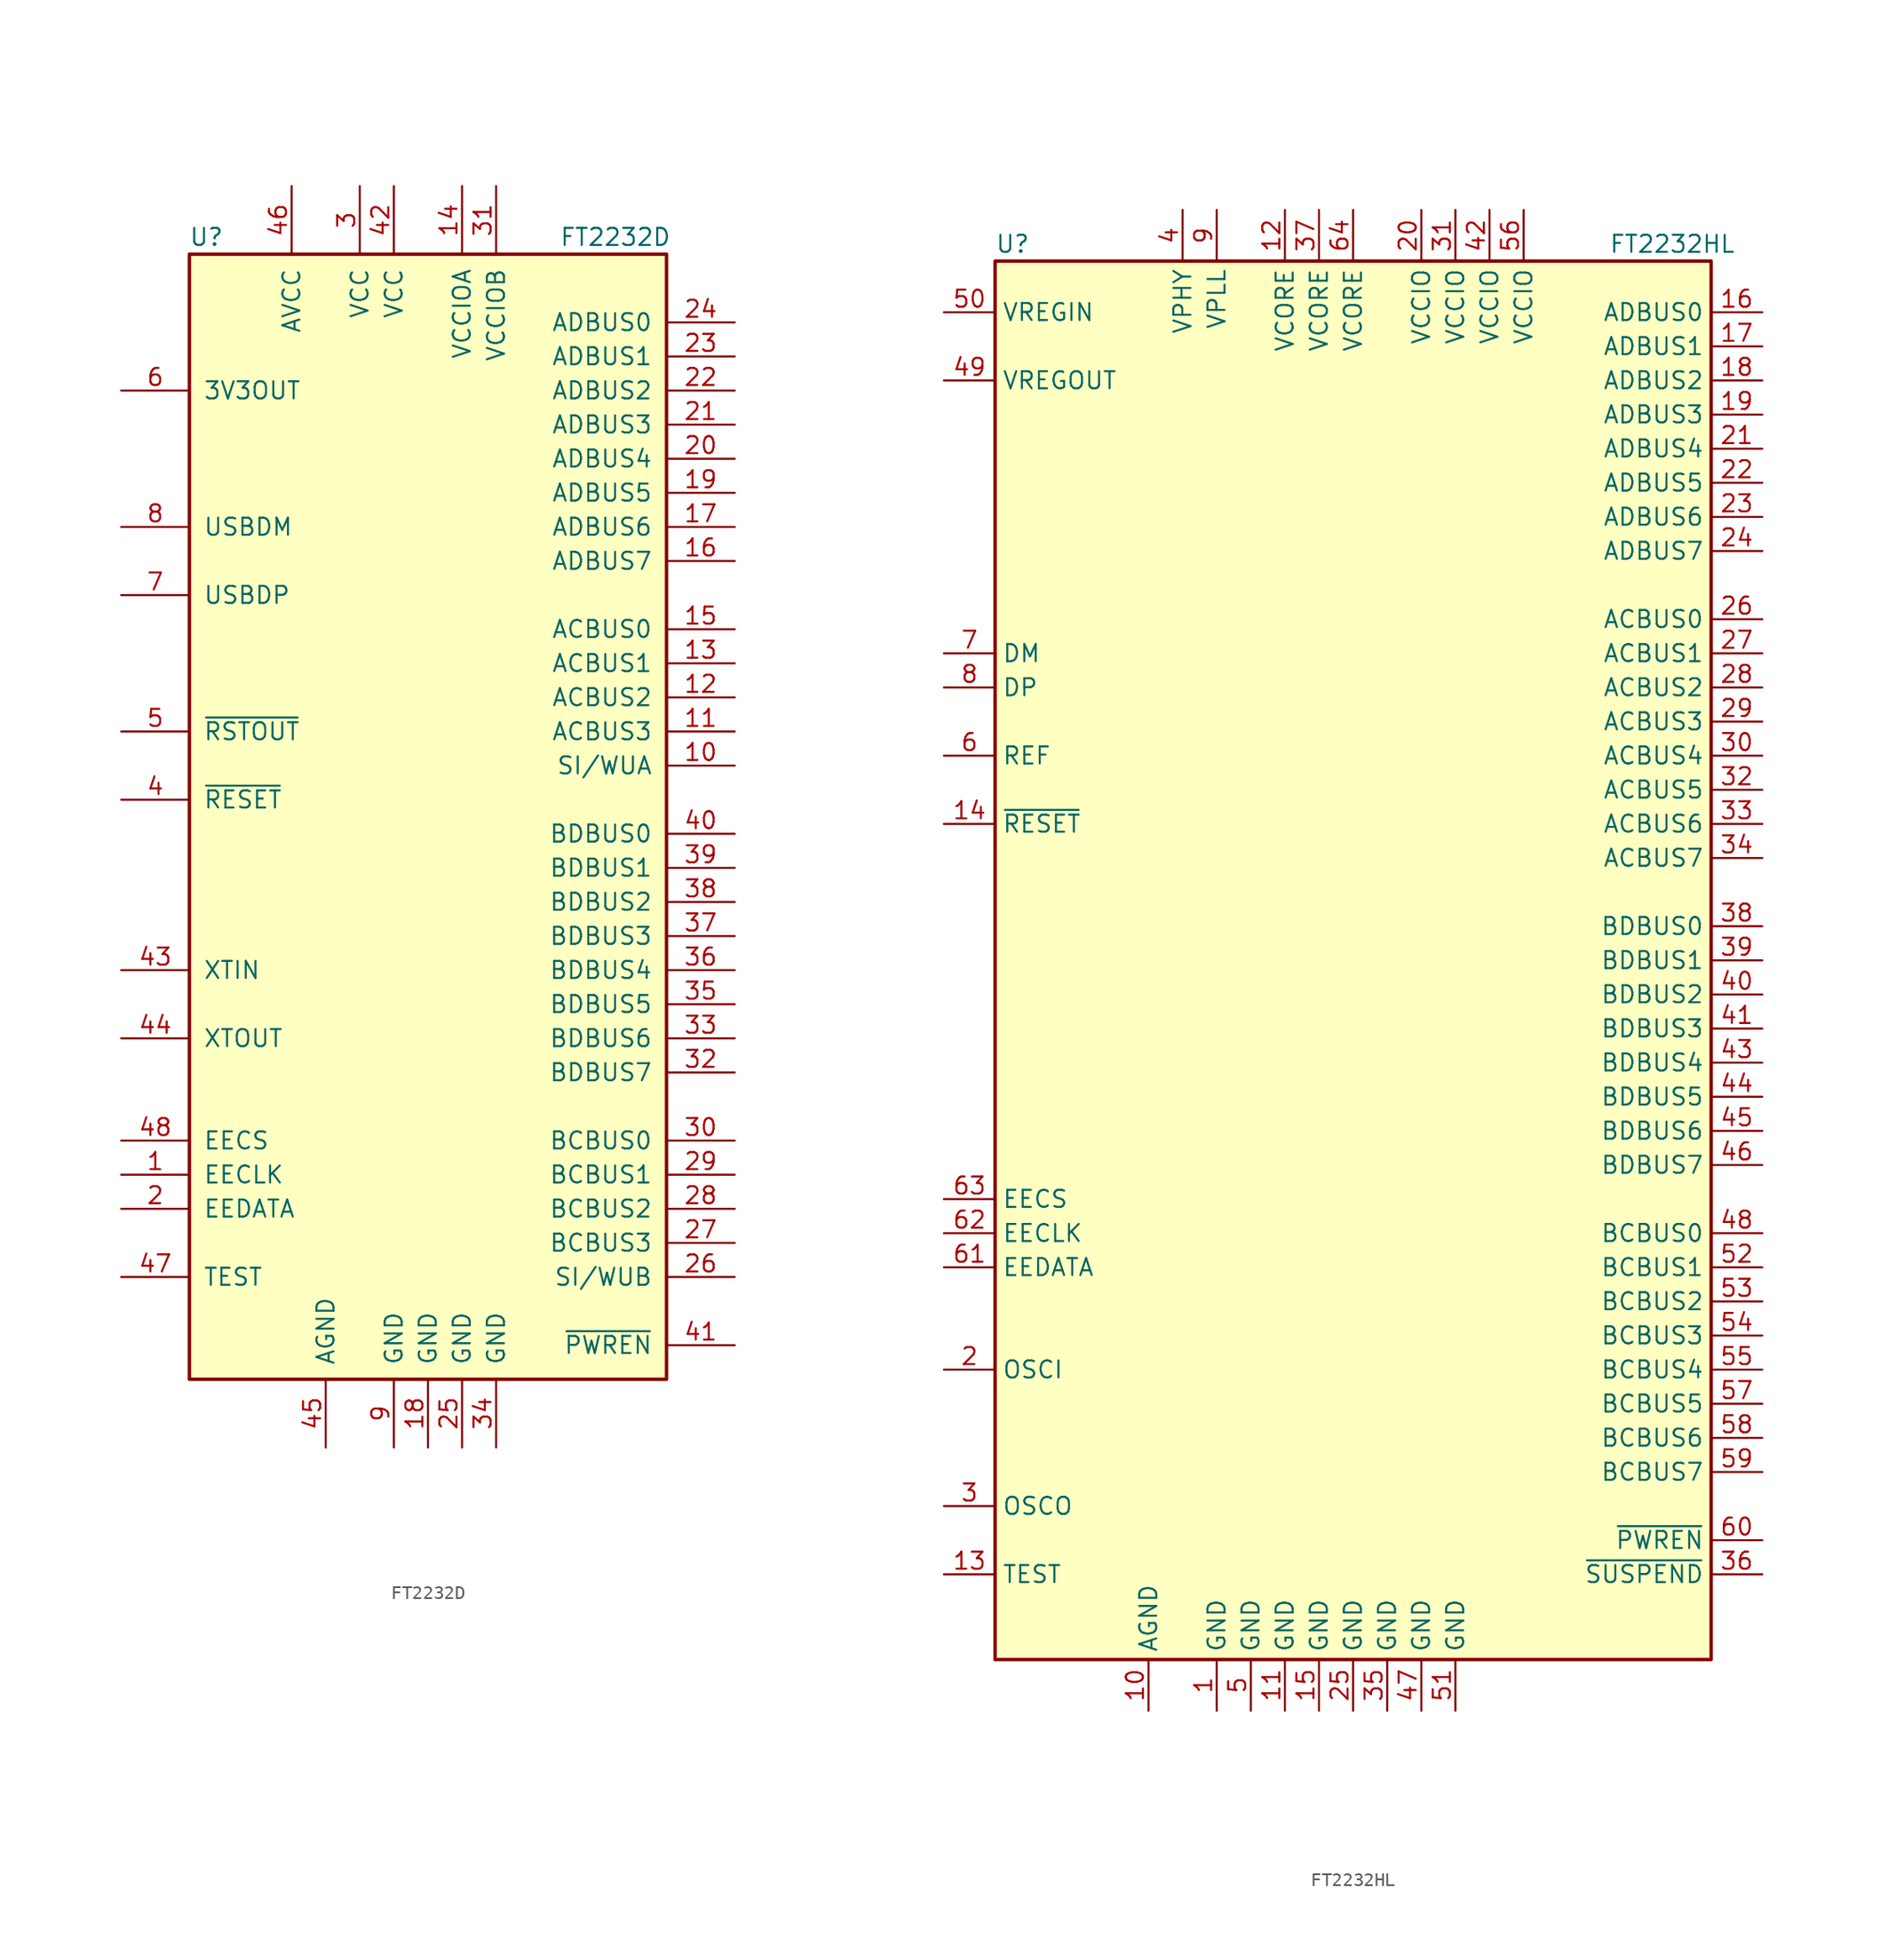
<source format=kicad_sym>
(kicad_symbol_lib
  (version 20211014)
  (generator kicad_symbol_editor)
  (symbol "FT2232D"
    (pin_names
      (offset 1.016))
    (property "Reference" "U"
      (at -16.51 44.45 0)
      (effects (font (size 1.27 1.27))))
    (property "Value" "FT2232D"
      (at 13.97 44.45 0)
      (effects (font (size 1.27 1.27))))
    (symbol "FT2232D_0_1"
      (rectangle (start -17.78 -40.64) (end 17.78 43.18) (stroke (width 0.254) (type default) (color 0 0 0 0)) (fill (type background))))
    (symbol "FT2232D_1_1"
      (pin output line (at -22.86 -25.4 0) (length 5.08) (name "EECLK" (effects (font (size 1.27 1.27)))) (number "1" (effects (font (size 1.27 1.27)))))
      (pin bidirectional line (at 22.86 5.08 180) (length 5.08) (name "SI/WUA" (effects (font (size 1.27 1.27)))) (number "10" (effects (font (size 1.27 1.27)))))
      (pin bidirectional line (at 22.86 7.62 180) (length 5.08) (name "ACBUS3" (effects (font (size 1.27 1.27)))) (number "11" (effects (font (size 1.27 1.27)))))
      (pin bidirectional line (at 22.86 10.16 180) (length 5.08) (name "ACBUS2" (effects (font (size 1.27 1.27)))) (number "12" (effects (font (size 1.27 1.27)))))
      (pin bidirectional line (at 22.86 12.7 180) (length 5.08) (name "ACBUS1" (effects (font (size 1.27 1.27)))) (number "13" (effects (font (size 1.27 1.27)))))
      (pin power_in line (at 2.54 48.26 270) (length 5.08) (name "VCCIOA" (effects (font (size 1.27 1.27)))) (number "14" (effects (font (size 1.27 1.27)))))
      (pin bidirectional line (at 22.86 15.24 180) (length 5.08) (name "ACBUS0" (effects (font (size 1.27 1.27)))) (number "15" (effects (font (size 1.27 1.27)))))
      (pin bidirectional line (at 22.86 20.32 180) (length 5.08) (name "ADBUS7" (effects (font (size 1.27 1.27)))) (number "16" (effects (font (size 1.27 1.27)))))
      (pin bidirectional line (at 22.86 22.86 180) (length 5.08) (name "ADBUS6" (effects (font (size 1.27 1.27)))) (number "17" (effects (font (size 1.27 1.27)))))
      (pin power_in line (at 0 -45.72 90) (length 5.08) (name "GND" (effects (font (size 1.27 1.27)))) (number "18" (effects (font (size 1.27 1.27)))))
      (pin bidirectional line (at 22.86 25.4 180) (length 5.08) (name "ADBUS5" (effects (font (size 1.27 1.27)))) (number "19" (effects (font (size 1.27 1.27)))))
      (pin bidirectional line (at -22.86 -27.94 0) (length 5.08) (name "EEDATA" (effects (font (size 1.27 1.27)))) (number "2" (effects (font (size 1.27 1.27)))))
      (pin bidirectional line (at 22.86 27.94 180) (length 5.08) (name "ADBUS4" (effects (font (size 1.27 1.27)))) (number "20" (effects (font (size 1.27 1.27)))))
      (pin bidirectional line (at 22.86 30.48 180) (length 5.08) (name "ADBUS3" (effects (font (size 1.27 1.27)))) (number "21" (effects (font (size 1.27 1.27)))))
      (pin bidirectional line (at 22.86 33.02 180) (length 5.08) (name "ADBUS2" (effects (font (size 1.27 1.27)))) (number "22" (effects (font (size 1.27 1.27)))))
      (pin bidirectional line (at 22.86 35.56 180) (length 5.08) (name "ADBUS1" (effects (font (size 1.27 1.27)))) (number "23" (effects (font (size 1.27 1.27)))))
      (pin bidirectional line (at 22.86 38.1 180) (length 5.08) (name "ADBUS0" (effects (font (size 1.27 1.27)))) (number "24" (effects (font (size 1.27 1.27)))))
      (pin power_in line (at 2.54 -45.72 90) (length 5.08) (name "GND" (effects (font (size 1.27 1.27)))) (number "25" (effects (font (size 1.27 1.27)))))
      (pin output line (at 22.86 -33.02 180) (length 5.08) (name "SI/WUB" (effects (font (size 1.27 1.27)))) (number "26" (effects (font (size 1.27 1.27)))))
      (pin output line (at 22.86 -30.48 180) (length 5.08) (name "BCBUS3" (effects (font (size 1.27 1.27)))) (number "27" (effects (font (size 1.27 1.27)))))
      (pin output line (at 22.86 -27.94 180) (length 5.08) (name "BCBUS2" (effects (font (size 1.27 1.27)))) (number "28" (effects (font (size 1.27 1.27)))))
      (pin output line (at 22.86 -25.4 180) (length 5.08) (name "BCBUS1" (effects (font (size 1.27 1.27)))) (number "29" (effects (font (size 1.27 1.27)))))
      (pin power_in line (at -5.08 48.26 270) (length 5.08) (name "VCC" (effects (font (size 1.27 1.27)))) (number "3" (effects (font (size 1.27 1.27)))))
      (pin output line (at 22.86 -22.86 180) (length 5.08) (name "BCBUS0" (effects (font (size 1.27 1.27)))) (number "30" (effects (font (size 1.27 1.27)))))
      (pin power_in line (at 5.08 48.26 270) (length 5.08) (name "VCCIOB" (effects (font (size 1.27 1.27)))) (number "31" (effects (font (size 1.27 1.27)))))
      (pin output line (at 22.86 -17.78 180) (length 5.08) (name "BDBUS7" (effects (font (size 1.27 1.27)))) (number "32" (effects (font (size 1.27 1.27)))))
      (pin output line (at 22.86 -15.24 180) (length 5.08) (name "BDBUS6" (effects (font (size 1.27 1.27)))) (number "33" (effects (font (size 1.27 1.27)))))
      (pin power_in line (at 5.08 -45.72 90) (length 5.08) (name "GND" (effects (font (size 1.27 1.27)))) (number "34" (effects (font (size 1.27 1.27)))))
      (pin output line (at 22.86 -12.7 180) (length 5.08) (name "BDBUS5" (effects (font (size 1.27 1.27)))) (number "35" (effects (font (size 1.27 1.27)))))
      (pin output line (at 22.86 -10.16 180) (length 5.08) (name "BDBUS4" (effects (font (size 1.27 1.27)))) (number "36" (effects (font (size 1.27 1.27)))))
      (pin output line (at 22.86 -7.62 180) (length 5.08) (name "BDBUS3" (effects (font (size 1.27 1.27)))) (number "37" (effects (font (size 1.27 1.27)))))
      (pin output line (at 22.86 -5.08 180) (length 5.08) (name "BDBUS2" (effects (font (size 1.27 1.27)))) (number "38" (effects (font (size 1.27 1.27)))))
      (pin output line (at 22.86 -2.54 180) (length 5.08) (name "BDBUS1" (effects (font (size 1.27 1.27)))) (number "39" (effects (font (size 1.27 1.27)))))
      (pin input line (at -22.86 2.54 0) (length 5.08) (name "~{RESET}" (effects (font (size 1.27 1.27)))) (number "4" (effects (font (size 1.27 1.27)))))
      (pin output line (at 22.86 0 180) (length 5.08) (name "BDBUS0" (effects (font (size 1.27 1.27)))) (number "40" (effects (font (size 1.27 1.27)))))
      (pin output line (at 22.86 -38.1 180) (length 5.08) (name "~{PWREN}" (effects (font (size 1.27 1.27)))) (number "41" (effects (font (size 1.27 1.27)))))
      (pin power_in line (at -2.54 48.26 270) (length 5.08) (name "VCC" (effects (font (size 1.27 1.27)))) (number "42" (effects (font (size 1.27 1.27)))))
      (pin input line (at -22.86 -10.16 0) (length 5.08) (name "XTIN" (effects (font (size 1.27 1.27)))) (number "43" (effects (font (size 1.27 1.27)))))
      (pin output line (at -22.86 -15.24 0) (length 5.08) (name "XTOUT" (effects (font (size 1.27 1.27)))) (number "44" (effects (font (size 1.27 1.27)))))
      (pin power_in line (at -7.62 -45.72 90) (length 5.08) (name "AGND" (effects (font (size 1.27 1.27)))) (number "45" (effects (font (size 1.27 1.27)))))
      (pin power_in line (at -10.16 48.26 270) (length 5.08) (name "AVCC" (effects (font (size 1.27 1.27)))) (number "46" (effects (font (size 1.27 1.27)))))
      (pin input line (at -22.86 -33.02 0) (length 5.08) (name "TEST" (effects (font (size 1.27 1.27)))) (number "47" (effects (font (size 1.27 1.27)))))
      (pin bidirectional line (at -22.86 -22.86 0) (length 5.08) (name "EECS" (effects (font (size 1.27 1.27)))) (number "48" (effects (font (size 1.27 1.27)))))
      (pin output line (at -22.86 7.62 0) (length 5.08) (name "~{RSTOUT}" (effects (font (size 1.27 1.27)))) (number "5" (effects (font (size 1.27 1.27)))))
      (pin power_out line (at -22.86 33.02 0) (length 5.08) (name "3V3OUT" (effects (font (size 1.27 1.27)))) (number "6" (effects (font (size 1.27 1.27)))))
      (pin bidirectional line (at -22.86 17.78 0) (length 5.08) (name "USBDP" (effects (font (size 1.27 1.27)))) (number "7" (effects (font (size 1.27 1.27)))))
      (pin bidirectional line (at -22.86 22.86 0) (length 5.08) (name "USBDM" (effects (font (size 1.27 1.27)))) (number "8" (effects (font (size 1.27 1.27)))))
      (pin power_in line (at -2.54 -45.72 90) (length 5.08) (name "GND" (effects (font (size 1.27 1.27)))) (number "9" (effects (font (size 1.27 1.27)))))))
  (symbol "FT2232HL"
    (property "Reference" "U"
      (at -26.67 53.34 0)
      (effects (font (size 1.27 1.27)) (justify left)))
    (property "Value" "FT2232HL"
      (at 19.05 53.34 0)
      (effects (font (size 1.27 1.27)) (justify left)))
    (symbol "FT2232HL_0_1"
      (rectangle (start -26.67 -52.07) (end 26.67 52.07) (stroke (width 0.254) (type default) (color 0 0 0 0)) (fill (type background))))
    (symbol "FT2232HL_1_1"
      (pin power_in line (at -10.16 -55.88 90) (length 3.81) (name "GND" (effects (font (size 1.27 1.27)))) (number "1" (effects (font (size 1.27 1.27)))))
      (pin power_in line (at -15.24 -55.88 90) (length 3.81) (name "AGND" (effects (font (size 1.27 1.27)))) (number "10" (effects (font (size 1.27 1.27)))))
      (pin power_in line (at -5.08 -55.88 90) (length 3.81) (name "GND" (effects (font (size 1.27 1.27)))) (number "11" (effects (font (size 1.27 1.27)))))
      (pin power_in line (at -5.08 55.88 270) (length 3.81) (name "VCORE" (effects (font (size 1.27 1.27)))) (number "12" (effects (font (size 1.27 1.27)))))
      (pin input line (at -30.48 -45.72 0) (length 3.81) (name "TEST" (effects (font (size 1.27 1.27)))) (number "13" (effects (font (size 1.27 1.27)))))
      (pin input line (at -30.48 10.16 0) (length 3.81) (name "~{RESET}" (effects (font (size 1.27 1.27)))) (number "14" (effects (font (size 1.27 1.27)))))
      (pin power_in line (at -2.54 -55.88 90) (length 3.81) (name "GND" (effects (font (size 1.27 1.27)))) (number "15" (effects (font (size 1.27 1.27)))))
      (pin bidirectional line (at 30.48 48.26 180) (length 3.81) (name "ADBUS0" (effects (font (size 1.27 1.27)))) (number "16" (effects (font (size 1.27 1.27)))))
      (pin bidirectional line (at 30.48 45.72 180) (length 3.81) (name "ADBUS1" (effects (font (size 1.27 1.27)))) (number "17" (effects (font (size 1.27 1.27)))))
      (pin bidirectional line (at 30.48 43.18 180) (length 3.81) (name "ADBUS2" (effects (font (size 1.27 1.27)))) (number "18" (effects (font (size 1.27 1.27)))))
      (pin bidirectional line (at 30.48 40.64 180) (length 3.81) (name "ADBUS3" (effects (font (size 1.27 1.27)))) (number "19" (effects (font (size 1.27 1.27)))))
      (pin input line (at -30.48 -30.48 0) (length 3.81) (name "OSCI" (effects (font (size 1.27 1.27)))) (number "2" (effects (font (size 1.27 1.27)))))
      (pin power_in line (at 5.08 55.88 270) (length 3.81) (name "VCCIO" (effects (font (size 1.27 1.27)))) (number "20" (effects (font (size 1.27 1.27)))))
      (pin bidirectional line (at 30.48 38.1 180) (length 3.81) (name "ADBUS4" (effects (font (size 1.27 1.27)))) (number "21" (effects (font (size 1.27 1.27)))))
      (pin bidirectional line (at 30.48 35.56 180) (length 3.81) (name "ADBUS5" (effects (font (size 1.27 1.27)))) (number "22" (effects (font (size 1.27 1.27)))))
      (pin bidirectional line (at 30.48 33.02 180) (length 3.81) (name "ADBUS6" (effects (font (size 1.27 1.27)))) (number "23" (effects (font (size 1.27 1.27)))))
      (pin bidirectional line (at 30.48 30.48 180) (length 3.81) (name "ADBUS7" (effects (font (size 1.27 1.27)))) (number "24" (effects (font (size 1.27 1.27)))))
      (pin power_in line (at 0 -55.88 90) (length 3.81) (name "GND" (effects (font (size 1.27 1.27)))) (number "25" (effects (font (size 1.27 1.27)))))
      (pin bidirectional line (at 30.48 25.4 180) (length 3.81) (name "ACBUS0" (effects (font (size 1.27 1.27)))) (number "26" (effects (font (size 1.27 1.27)))))
      (pin bidirectional line (at 30.48 22.86 180) (length 3.81) (name "ACBUS1" (effects (font (size 1.27 1.27)))) (number "27" (effects (font (size 1.27 1.27)))))
      (pin bidirectional line (at 30.48 20.32 180) (length 3.81) (name "ACBUS2" (effects (font (size 1.27 1.27)))) (number "28" (effects (font (size 1.27 1.27)))))
      (pin bidirectional line (at 30.48 17.78 180) (length 3.81) (name "ACBUS3" (effects (font (size 1.27 1.27)))) (number "29" (effects (font (size 1.27 1.27)))))
      (pin output line (at -30.48 -40.64 0) (length 3.81) (name "OSCO" (effects (font (size 1.27 1.27)))) (number "3" (effects (font (size 1.27 1.27)))))
      (pin bidirectional line (at 30.48 15.24 180) (length 3.81) (name "ACBUS4" (effects (font (size 1.27 1.27)))) (number "30" (effects (font (size 1.27 1.27)))))
      (pin power_in line (at 7.62 55.88 270) (length 3.81) (name "VCCIO" (effects (font (size 1.27 1.27)))) (number "31" (effects (font (size 1.27 1.27)))))
      (pin bidirectional line (at 30.48 12.7 180) (length 3.81) (name "ACBUS5" (effects (font (size 1.27 1.27)))) (number "32" (effects (font (size 1.27 1.27)))))
      (pin bidirectional line (at 30.48 10.16 180) (length 3.81) (name "ACBUS6" (effects (font (size 1.27 1.27)))) (number "33" (effects (font (size 1.27 1.27)))))
      (pin bidirectional line (at 30.48 7.62 180) (length 3.81) (name "ACBUS7" (effects (font (size 1.27 1.27)))) (number "34" (effects (font (size 1.27 1.27)))))
      (pin power_in line (at 2.54 -55.88 90) (length 3.81) (name "GND" (effects (font (size 1.27 1.27)))) (number "35" (effects (font (size 1.27 1.27)))))
      (pin output line (at 30.48 -45.72 180) (length 3.81) (name "~{SUSPEND}" (effects (font (size 1.27 1.27)))) (number "36" (effects (font (size 1.27 1.27)))))
      (pin power_in line (at -2.54 55.88 270) (length 3.81) (name "VCORE" (effects (font (size 1.27 1.27)))) (number "37" (effects (font (size 1.27 1.27)))))
      (pin bidirectional line (at 30.48 2.54 180) (length 3.81) (name "BDBUS0" (effects (font (size 1.27 1.27)))) (number "38" (effects (font (size 1.27 1.27)))))
      (pin bidirectional line (at 30.48 0 180) (length 3.81) (name "BDBUS1" (effects (font (size 1.27 1.27)))) (number "39" (effects (font (size 1.27 1.27)))))
      (pin power_in line (at -12.7 55.88 270) (length 3.81) (name "VPHY" (effects (font (size 1.27 1.27)))) (number "4" (effects (font (size 1.27 1.27)))))
      (pin bidirectional line (at 30.48 -2.54 180) (length 3.81) (name "BDBUS2" (effects (font (size 1.27 1.27)))) (number "40" (effects (font (size 1.27 1.27)))))
      (pin bidirectional line (at 30.48 -5.08 180) (length 3.81) (name "BDBUS3" (effects (font (size 1.27 1.27)))) (number "41" (effects (font (size 1.27 1.27)))))
      (pin power_in line (at 10.16 55.88 270) (length 3.81) (name "VCCIO" (effects (font (size 1.27 1.27)))) (number "42" (effects (font (size 1.27 1.27)))))
      (pin bidirectional line (at 30.48 -7.62 180) (length 3.81) (name "BDBUS4" (effects (font (size 1.27 1.27)))) (number "43" (effects (font (size 1.27 1.27)))))
      (pin bidirectional line (at 30.48 -10.16 180) (length 3.81) (name "BDBUS5" (effects (font (size 1.27 1.27)))) (number "44" (effects (font (size 1.27 1.27)))))
      (pin bidirectional line (at 30.48 -12.7 180) (length 3.81) (name "BDBUS6" (effects (font (size 1.27 1.27)))) (number "45" (effects (font (size 1.27 1.27)))))
      (pin bidirectional line (at 30.48 -15.24 180) (length 3.81) (name "BDBUS7" (effects (font (size 1.27 1.27)))) (number "46" (effects (font (size 1.27 1.27)))))
      (pin power_in line (at 5.08 -55.88 90) (length 3.81) (name "GND" (effects (font (size 1.27 1.27)))) (number "47" (effects (font (size 1.27 1.27)))))
      (pin bidirectional line (at 30.48 -20.32 180) (length 3.81) (name "BCBUS0" (effects (font (size 1.27 1.27)))) (number "48" (effects (font (size 1.27 1.27)))))
      (pin power_out line (at -30.48 43.18 0) (length 3.81) (name "VREGOUT" (effects (font (size 1.27 1.27)))) (number "49" (effects (font (size 1.27 1.27)))))
      (pin power_in line (at -7.62 -55.88 90) (length 3.81) (name "GND" (effects (font (size 1.27 1.27)))) (number "5" (effects (font (size 1.27 1.27)))))
      (pin power_in line (at -30.48 48.26 0) (length 3.81) (name "VREGIN" (effects (font (size 1.27 1.27)))) (number "50" (effects (font (size 1.27 1.27)))))
      (pin power_in line (at 7.62 -55.88 90) (length 3.81) (name "GND" (effects (font (size 1.27 1.27)))) (number "51" (effects (font (size 1.27 1.27)))))
      (pin bidirectional line (at 30.48 -22.86 180) (length 3.81) (name "BCBUS1" (effects (font (size 1.27 1.27)))) (number "52" (effects (font (size 1.27 1.27)))))
      (pin bidirectional line (at 30.48 -25.4 180) (length 3.81) (name "BCBUS2" (effects (font (size 1.27 1.27)))) (number "53" (effects (font (size 1.27 1.27)))))
      (pin bidirectional line (at 30.48 -27.94 180) (length 3.81) (name "BCBUS3" (effects (font (size 1.27 1.27)))) (number "54" (effects (font (size 1.27 1.27)))))
      (pin bidirectional line (at 30.48 -30.48 180) (length 3.81) (name "BCBUS4" (effects (font (size 1.27 1.27)))) (number "55" (effects (font (size 1.27 1.27)))))
      (pin power_in line (at 12.7 55.88 270) (length 3.81) (name "VCCIO" (effects (font (size 1.27 1.27)))) (number "56" (effects (font (size 1.27 1.27)))))
      (pin bidirectional line (at 30.48 -33.02 180) (length 3.81) (name "BCBUS5" (effects (font (size 1.27 1.27)))) (number "57" (effects (font (size 1.27 1.27)))))
      (pin bidirectional line (at 30.48 -35.56 180) (length 3.81) (name "BCBUS6" (effects (font (size 1.27 1.27)))) (number "58" (effects (font (size 1.27 1.27)))))
      (pin bidirectional line (at 30.48 -38.1 180) (length 3.81) (name "BCBUS7" (effects (font (size 1.27 1.27)))) (number "59" (effects (font (size 1.27 1.27)))))
      (pin output line (at -30.48 15.24 0) (length 3.81) (name "REF" (effects (font (size 1.27 1.27)))) (number "6" (effects (font (size 1.27 1.27)))))
      (pin output line (at 30.48 -43.18 180) (length 3.81) (name "~{PWREN}" (effects (font (size 1.27 1.27)))) (number "60" (effects (font (size 1.27 1.27)))))
      (pin bidirectional line (at -30.48 -22.86 0) (length 3.81) (name "EEDATA" (effects (font (size 1.27 1.27)))) (number "61" (effects (font (size 1.27 1.27)))))
      (pin output line (at -30.48 -20.32 0) (length 3.81) (name "EECLK" (effects (font (size 1.27 1.27)))) (number "62" (effects (font (size 1.27 1.27)))))
      (pin output line (at -30.48 -17.78 0) (length 3.81) (name "EECS" (effects (font (size 1.27 1.27)))) (number "63" (effects (font (size 1.27 1.27)))))
      (pin power_in line (at 0 55.88 270) (length 3.81) (name "VCORE" (effects (font (size 1.27 1.27)))) (number "64" (effects (font (size 1.27 1.27)))))
      (pin bidirectional line (at -30.48 22.86 0) (length 3.81) (name "DM" (effects (font (size 1.27 1.27)))) (number "7" (effects (font (size 1.27 1.27)))))
      (pin bidirectional line (at -30.48 20.32 0) (length 3.81) (name "DP" (effects (font (size 1.27 1.27)))) (number "8" (effects (font (size 1.27 1.27)))))
      (pin input line (at -10.16 55.88 270) (length 3.81) (name "VPLL" (effects (font (size 1.27 1.27)))) (number "9" (effects (font (size 1.27 1.27))))))))
</source>
